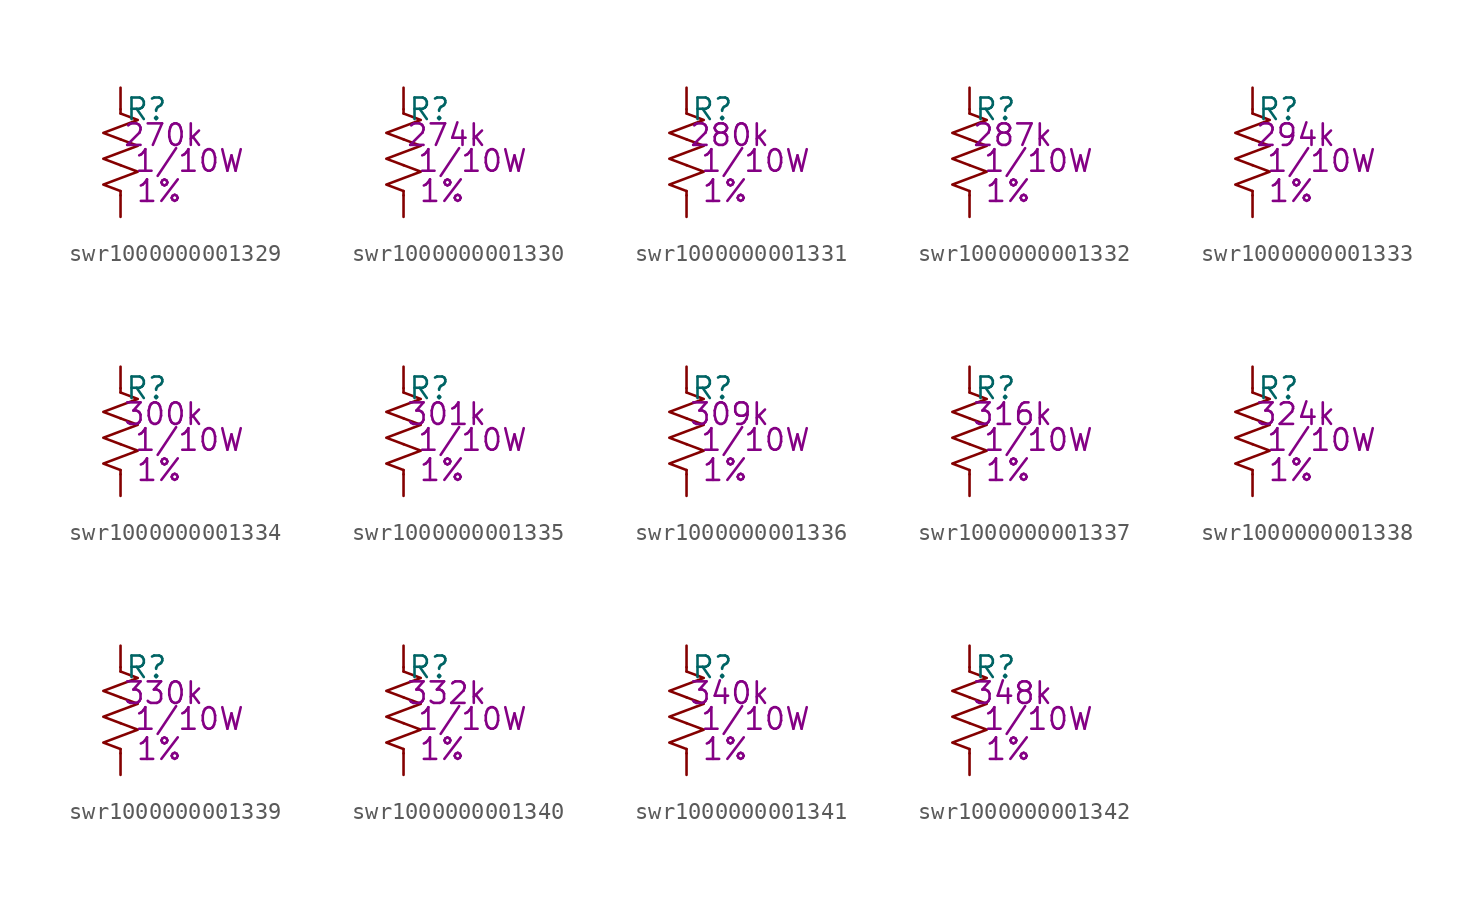
<source format=kicad_sym>
(kicad_symbol_lib
  (version 20211014)
  (generator kicad_symbol_editor)
  (symbol "swr1000000001329"
    (pin_numbers hide)
    (pin_names
      (offset 1.016))
    (property "Reference" "R"
      (at 1.524 2.54 0)
      (effects (font (size 1.27 1.27))))
    (property "PartValue" "270k"
      (at 2.54 1.016 0)
      (effects (font (size 1.27 1.27))))
    (property "Tolerance" "1%"
      (at 2.286 -2.286 0)
      (effects (font (size 1.27 1.27))))
    (property "Wattage" "1/10W"
      (at 4.064 -0.508 0)
      (effects (font (size 1.27 1.27))))
    (symbol "swr1000000001329_1_1"
      (polyline (pts (xy 0 -2.286) (xy 0 -2.54)) (stroke (width 0) (type default) (color 0 0 0 0)) (fill (type none)))
      (polyline (pts (xy 0 2.286) (xy 0 2.54)) (stroke (width 0) (type default) (color 0 0 0 0)) (fill (type none)))
      (polyline (pts (xy 0 -0.762) (xy 1.016 -1.143) (xy 0 -1.524) (xy -1.016 -1.905) (xy 0 -2.286)) (stroke (width 0) (type default) (color 0 0 0 0)) (fill (type none)))
      (polyline (pts (xy 0 0.762) (xy 1.016 0.381) (xy 0 0) (xy -1.016 -0.381) (xy 0 -0.762)) (stroke (width 0) (type default) (color 0 0 0 0)) (fill (type none)))
      (polyline (pts (xy 0 2.286) (xy 1.016 1.905) (xy 0 1.524) (xy -1.016 1.143) (xy 0 0.762)) (stroke (width 0) (type default) (color 0 0 0 0)) (fill (type none)))
      (pin passive line (at 0 3.81 270) (length 1.27) (name "~" (effects (font (size 1.27 1.27)))) (number "1" (effects (font (size 1.27 1.27)))))
      (pin passive line (at 0 -3.81 90) (length 1.27) (name "~" (effects (font (size 1.27 1.27)))) (number "2" (effects (font (size 1.27 1.27)))))))
  (symbol "swr1000000001330"
    (pin_numbers hide)
    (pin_names
      (offset 1.016))
    (property "Reference" "R"
      (at 1.524 2.54 0)
      (effects (font (size 1.27 1.27))))
    (property "PartValue" "274k"
      (at 2.54 1.016 0)
      (effects (font (size 1.27 1.27))))
    (property "Tolerance" "1%"
      (at 2.286 -2.286 0)
      (effects (font (size 1.27 1.27))))
    (property "Wattage" "1/10W"
      (at 4.064 -0.508 0)
      (effects (font (size 1.27 1.27))))
    (symbol "swr1000000001330_1_1"
      (polyline (pts (xy 0 -2.286) (xy 0 -2.54)) (stroke (width 0) (type default) (color 0 0 0 0)) (fill (type none)))
      (polyline (pts (xy 0 2.286) (xy 0 2.54)) (stroke (width 0) (type default) (color 0 0 0 0)) (fill (type none)))
      (polyline (pts (xy 0 -0.762) (xy 1.016 -1.143) (xy 0 -1.524) (xy -1.016 -1.905) (xy 0 -2.286)) (stroke (width 0) (type default) (color 0 0 0 0)) (fill (type none)))
      (polyline (pts (xy 0 0.762) (xy 1.016 0.381) (xy 0 0) (xy -1.016 -0.381) (xy 0 -0.762)) (stroke (width 0) (type default) (color 0 0 0 0)) (fill (type none)))
      (polyline (pts (xy 0 2.286) (xy 1.016 1.905) (xy 0 1.524) (xy -1.016 1.143) (xy 0 0.762)) (stroke (width 0) (type default) (color 0 0 0 0)) (fill (type none)))
      (pin passive line (at 0 3.81 270) (length 1.27) (name "~" (effects (font (size 1.27 1.27)))) (number "1" (effects (font (size 1.27 1.27)))))
      (pin passive line (at 0 -3.81 90) (length 1.27) (name "~" (effects (font (size 1.27 1.27)))) (number "2" (effects (font (size 1.27 1.27)))))))
  (symbol "swr1000000001331"
    (pin_numbers hide)
    (pin_names
      (offset 1.016))
    (property "Reference" "R"
      (at 1.524 2.54 0)
      (effects (font (size 1.27 1.27))))
    (property "PartValue" "280k"
      (at 2.54 1.016 0)
      (effects (font (size 1.27 1.27))))
    (property "Tolerance" "1%"
      (at 2.286 -2.286 0)
      (effects (font (size 1.27 1.27))))
    (property "Wattage" "1/10W"
      (at 4.064 -0.508 0)
      (effects (font (size 1.27 1.27))))
    (symbol "swr1000000001331_1_1"
      (polyline (pts (xy 0 -2.286) (xy 0 -2.54)) (stroke (width 0) (type default) (color 0 0 0 0)) (fill (type none)))
      (polyline (pts (xy 0 2.286) (xy 0 2.54)) (stroke (width 0) (type default) (color 0 0 0 0)) (fill (type none)))
      (polyline (pts (xy 0 -0.762) (xy 1.016 -1.143) (xy 0 -1.524) (xy -1.016 -1.905) (xy 0 -2.286)) (stroke (width 0) (type default) (color 0 0 0 0)) (fill (type none)))
      (polyline (pts (xy 0 0.762) (xy 1.016 0.381) (xy 0 0) (xy -1.016 -0.381) (xy 0 -0.762)) (stroke (width 0) (type default) (color 0 0 0 0)) (fill (type none)))
      (polyline (pts (xy 0 2.286) (xy 1.016 1.905) (xy 0 1.524) (xy -1.016 1.143) (xy 0 0.762)) (stroke (width 0) (type default) (color 0 0 0 0)) (fill (type none)))
      (pin passive line (at 0 3.81 270) (length 1.27) (name "~" (effects (font (size 1.27 1.27)))) (number "1" (effects (font (size 1.27 1.27)))))
      (pin passive line (at 0 -3.81 90) (length 1.27) (name "~" (effects (font (size 1.27 1.27)))) (number "2" (effects (font (size 1.27 1.27)))))))
  (symbol "swr1000000001332"
    (pin_numbers hide)
    (pin_names
      (offset 1.016))
    (property "Reference" "R"
      (at 1.524 2.54 0)
      (effects (font (size 1.27 1.27))))
    (property "PartValue" "287k"
      (at 2.54 1.016 0)
      (effects (font (size 1.27 1.27))))
    (property "Tolerance" "1%"
      (at 2.286 -2.286 0)
      (effects (font (size 1.27 1.27))))
    (property "Wattage" "1/10W"
      (at 4.064 -0.508 0)
      (effects (font (size 1.27 1.27))))
    (symbol "swr1000000001332_1_1"
      (polyline (pts (xy 0 -2.286) (xy 0 -2.54)) (stroke (width 0) (type default) (color 0 0 0 0)) (fill (type none)))
      (polyline (pts (xy 0 2.286) (xy 0 2.54)) (stroke (width 0) (type default) (color 0 0 0 0)) (fill (type none)))
      (polyline (pts (xy 0 -0.762) (xy 1.016 -1.143) (xy 0 -1.524) (xy -1.016 -1.905) (xy 0 -2.286)) (stroke (width 0) (type default) (color 0 0 0 0)) (fill (type none)))
      (polyline (pts (xy 0 0.762) (xy 1.016 0.381) (xy 0 0) (xy -1.016 -0.381) (xy 0 -0.762)) (stroke (width 0) (type default) (color 0 0 0 0)) (fill (type none)))
      (polyline (pts (xy 0 2.286) (xy 1.016 1.905) (xy 0 1.524) (xy -1.016 1.143) (xy 0 0.762)) (stroke (width 0) (type default) (color 0 0 0 0)) (fill (type none)))
      (pin passive line (at 0 3.81 270) (length 1.27) (name "~" (effects (font (size 1.27 1.27)))) (number "1" (effects (font (size 1.27 1.27)))))
      (pin passive line (at 0 -3.81 90) (length 1.27) (name "~" (effects (font (size 1.27 1.27)))) (number "2" (effects (font (size 1.27 1.27)))))))
  (symbol "swr1000000001333"
    (pin_numbers hide)
    (pin_names
      (offset 1.016))
    (property "Reference" "R"
      (at 1.524 2.54 0)
      (effects (font (size 1.27 1.27))))
    (property "PartValue" "294k"
      (at 2.54 1.016 0)
      (effects (font (size 1.27 1.27))))
    (property "Tolerance" "1%"
      (at 2.286 -2.286 0)
      (effects (font (size 1.27 1.27))))
    (property "Wattage" "1/10W"
      (at 4.064 -0.508 0)
      (effects (font (size 1.27 1.27))))
    (symbol "swr1000000001333_1_1"
      (polyline (pts (xy 0 -2.286) (xy 0 -2.54)) (stroke (width 0) (type default) (color 0 0 0 0)) (fill (type none)))
      (polyline (pts (xy 0 2.286) (xy 0 2.54)) (stroke (width 0) (type default) (color 0 0 0 0)) (fill (type none)))
      (polyline (pts (xy 0 -0.762) (xy 1.016 -1.143) (xy 0 -1.524) (xy -1.016 -1.905) (xy 0 -2.286)) (stroke (width 0) (type default) (color 0 0 0 0)) (fill (type none)))
      (polyline (pts (xy 0 0.762) (xy 1.016 0.381) (xy 0 0) (xy -1.016 -0.381) (xy 0 -0.762)) (stroke (width 0) (type default) (color 0 0 0 0)) (fill (type none)))
      (polyline (pts (xy 0 2.286) (xy 1.016 1.905) (xy 0 1.524) (xy -1.016 1.143) (xy 0 0.762)) (stroke (width 0) (type default) (color 0 0 0 0)) (fill (type none)))
      (pin passive line (at 0 3.81 270) (length 1.27) (name "~" (effects (font (size 1.27 1.27)))) (number "1" (effects (font (size 1.27 1.27)))))
      (pin passive line (at 0 -3.81 90) (length 1.27) (name "~" (effects (font (size 1.27 1.27)))) (number "2" (effects (font (size 1.27 1.27)))))))
  (symbol "swr1000000001334"
    (pin_numbers hide)
    (pin_names
      (offset 1.016))
    (property "Reference" "R"
      (at 1.524 2.54 0)
      (effects (font (size 1.27 1.27))))
    (property "PartValue" "300k"
      (at 2.54 1.016 0)
      (effects (font (size 1.27 1.27))))
    (property "Tolerance" "1%"
      (at 2.286 -2.286 0)
      (effects (font (size 1.27 1.27))))
    (property "Wattage" "1/10W"
      (at 4.064 -0.508 0)
      (effects (font (size 1.27 1.27))))
    (symbol "swr1000000001334_1_1"
      (polyline (pts (xy 0 -2.286) (xy 0 -2.54)) (stroke (width 0) (type default) (color 0 0 0 0)) (fill (type none)))
      (polyline (pts (xy 0 2.286) (xy 0 2.54)) (stroke (width 0) (type default) (color 0 0 0 0)) (fill (type none)))
      (polyline (pts (xy 0 -0.762) (xy 1.016 -1.143) (xy 0 -1.524) (xy -1.016 -1.905) (xy 0 -2.286)) (stroke (width 0) (type default) (color 0 0 0 0)) (fill (type none)))
      (polyline (pts (xy 0 0.762) (xy 1.016 0.381) (xy 0 0) (xy -1.016 -0.381) (xy 0 -0.762)) (stroke (width 0) (type default) (color 0 0 0 0)) (fill (type none)))
      (polyline (pts (xy 0 2.286) (xy 1.016 1.905) (xy 0 1.524) (xy -1.016 1.143) (xy 0 0.762)) (stroke (width 0) (type default) (color 0 0 0 0)) (fill (type none)))
      (pin passive line (at 0 3.81 270) (length 1.27) (name "~" (effects (font (size 1.27 1.27)))) (number "1" (effects (font (size 1.27 1.27)))))
      (pin passive line (at 0 -3.81 90) (length 1.27) (name "~" (effects (font (size 1.27 1.27)))) (number "2" (effects (font (size 1.27 1.27)))))))
  (symbol "swr1000000001335"
    (pin_numbers hide)
    (pin_names
      (offset 1.016))
    (property "Reference" "R"
      (at 1.524 2.54 0)
      (effects (font (size 1.27 1.27))))
    (property "PartValue" "301k"
      (at 2.54 1.016 0)
      (effects (font (size 1.27 1.27))))
    (property "Tolerance" "1%"
      (at 2.286 -2.286 0)
      (effects (font (size 1.27 1.27))))
    (property "Wattage" "1/10W"
      (at 4.064 -0.508 0)
      (effects (font (size 1.27 1.27))))
    (symbol "swr1000000001335_1_1"
      (polyline (pts (xy 0 -2.286) (xy 0 -2.54)) (stroke (width 0) (type default) (color 0 0 0 0)) (fill (type none)))
      (polyline (pts (xy 0 2.286) (xy 0 2.54)) (stroke (width 0) (type default) (color 0 0 0 0)) (fill (type none)))
      (polyline (pts (xy 0 -0.762) (xy 1.016 -1.143) (xy 0 -1.524) (xy -1.016 -1.905) (xy 0 -2.286)) (stroke (width 0) (type default) (color 0 0 0 0)) (fill (type none)))
      (polyline (pts (xy 0 0.762) (xy 1.016 0.381) (xy 0 0) (xy -1.016 -0.381) (xy 0 -0.762)) (stroke (width 0) (type default) (color 0 0 0 0)) (fill (type none)))
      (polyline (pts (xy 0 2.286) (xy 1.016 1.905) (xy 0 1.524) (xy -1.016 1.143) (xy 0 0.762)) (stroke (width 0) (type default) (color 0 0 0 0)) (fill (type none)))
      (pin passive line (at 0 3.81 270) (length 1.27) (name "~" (effects (font (size 1.27 1.27)))) (number "1" (effects (font (size 1.27 1.27)))))
      (pin passive line (at 0 -3.81 90) (length 1.27) (name "~" (effects (font (size 1.27 1.27)))) (number "2" (effects (font (size 1.27 1.27)))))))
  (symbol "swr1000000001336"
    (pin_numbers hide)
    (pin_names
      (offset 1.016))
    (property "Reference" "R"
      (at 1.524 2.54 0)
      (effects (font (size 1.27 1.27))))
    (property "PartValue" "309k"
      (at 2.54 1.016 0)
      (effects (font (size 1.27 1.27))))
    (property "Tolerance" "1%"
      (at 2.286 -2.286 0)
      (effects (font (size 1.27 1.27))))
    (property "Wattage" "1/10W"
      (at 4.064 -0.508 0)
      (effects (font (size 1.27 1.27))))
    (symbol "swr1000000001336_1_1"
      (polyline (pts (xy 0 -2.286) (xy 0 -2.54)) (stroke (width 0) (type default) (color 0 0 0 0)) (fill (type none)))
      (polyline (pts (xy 0 2.286) (xy 0 2.54)) (stroke (width 0) (type default) (color 0 0 0 0)) (fill (type none)))
      (polyline (pts (xy 0 -0.762) (xy 1.016 -1.143) (xy 0 -1.524) (xy -1.016 -1.905) (xy 0 -2.286)) (stroke (width 0) (type default) (color 0 0 0 0)) (fill (type none)))
      (polyline (pts (xy 0 0.762) (xy 1.016 0.381) (xy 0 0) (xy -1.016 -0.381) (xy 0 -0.762)) (stroke (width 0) (type default) (color 0 0 0 0)) (fill (type none)))
      (polyline (pts (xy 0 2.286) (xy 1.016 1.905) (xy 0 1.524) (xy -1.016 1.143) (xy 0 0.762)) (stroke (width 0) (type default) (color 0 0 0 0)) (fill (type none)))
      (pin passive line (at 0 3.81 270) (length 1.27) (name "~" (effects (font (size 1.27 1.27)))) (number "1" (effects (font (size 1.27 1.27)))))
      (pin passive line (at 0 -3.81 90) (length 1.27) (name "~" (effects (font (size 1.27 1.27)))) (number "2" (effects (font (size 1.27 1.27)))))))
  (symbol "swr1000000001337"
    (pin_numbers hide)
    (pin_names
      (offset 1.016))
    (property "Reference" "R"
      (at 1.524 2.54 0)
      (effects (font (size 1.27 1.27))))
    (property "PartValue" "316k"
      (at 2.54 1.016 0)
      (effects (font (size 1.27 1.27))))
    (property "Tolerance" "1%"
      (at 2.286 -2.286 0)
      (effects (font (size 1.27 1.27))))
    (property "Wattage" "1/10W"
      (at 4.064 -0.508 0)
      (effects (font (size 1.27 1.27))))
    (symbol "swr1000000001337_1_1"
      (polyline (pts (xy 0 -2.286) (xy 0 -2.54)) (stroke (width 0) (type default) (color 0 0 0 0)) (fill (type none)))
      (polyline (pts (xy 0 2.286) (xy 0 2.54)) (stroke (width 0) (type default) (color 0 0 0 0)) (fill (type none)))
      (polyline (pts (xy 0 -0.762) (xy 1.016 -1.143) (xy 0 -1.524) (xy -1.016 -1.905) (xy 0 -2.286)) (stroke (width 0) (type default) (color 0 0 0 0)) (fill (type none)))
      (polyline (pts (xy 0 0.762) (xy 1.016 0.381) (xy 0 0) (xy -1.016 -0.381) (xy 0 -0.762)) (stroke (width 0) (type default) (color 0 0 0 0)) (fill (type none)))
      (polyline (pts (xy 0 2.286) (xy 1.016 1.905) (xy 0 1.524) (xy -1.016 1.143) (xy 0 0.762)) (stroke (width 0) (type default) (color 0 0 0 0)) (fill (type none)))
      (pin passive line (at 0 3.81 270) (length 1.27) (name "~" (effects (font (size 1.27 1.27)))) (number "1" (effects (font (size 1.27 1.27)))))
      (pin passive line (at 0 -3.81 90) (length 1.27) (name "~" (effects (font (size 1.27 1.27)))) (number "2" (effects (font (size 1.27 1.27)))))))
  (symbol "swr1000000001338"
    (pin_numbers hide)
    (pin_names
      (offset 1.016))
    (property "Reference" "R"
      (at 1.524 2.54 0)
      (effects (font (size 1.27 1.27))))
    (property "PartValue" "324k"
      (at 2.54 1.016 0)
      (effects (font (size 1.27 1.27))))
    (property "Tolerance" "1%"
      (at 2.286 -2.286 0)
      (effects (font (size 1.27 1.27))))
    (property "Wattage" "1/10W"
      (at 4.064 -0.508 0)
      (effects (font (size 1.27 1.27))))
    (symbol "swr1000000001338_1_1"
      (polyline (pts (xy 0 -2.286) (xy 0 -2.54)) (stroke (width 0) (type default) (color 0 0 0 0)) (fill (type none)))
      (polyline (pts (xy 0 2.286) (xy 0 2.54)) (stroke (width 0) (type default) (color 0 0 0 0)) (fill (type none)))
      (polyline (pts (xy 0 -0.762) (xy 1.016 -1.143) (xy 0 -1.524) (xy -1.016 -1.905) (xy 0 -2.286)) (stroke (width 0) (type default) (color 0 0 0 0)) (fill (type none)))
      (polyline (pts (xy 0 0.762) (xy 1.016 0.381) (xy 0 0) (xy -1.016 -0.381) (xy 0 -0.762)) (stroke (width 0) (type default) (color 0 0 0 0)) (fill (type none)))
      (polyline (pts (xy 0 2.286) (xy 1.016 1.905) (xy 0 1.524) (xy -1.016 1.143) (xy 0 0.762)) (stroke (width 0) (type default) (color 0 0 0 0)) (fill (type none)))
      (pin passive line (at 0 3.81 270) (length 1.27) (name "~" (effects (font (size 1.27 1.27)))) (number "1" (effects (font (size 1.27 1.27)))))
      (pin passive line (at 0 -3.81 90) (length 1.27) (name "~" (effects (font (size 1.27 1.27)))) (number "2" (effects (font (size 1.27 1.27)))))))
  (symbol "swr1000000001339"
    (pin_numbers hide)
    (pin_names
      (offset 1.016))
    (property "Reference" "R"
      (at 1.524 2.54 0)
      (effects (font (size 1.27 1.27))))
    (property "PartValue" "330k"
      (at 2.54 1.016 0)
      (effects (font (size 1.27 1.27))))
    (property "Tolerance" "1%"
      (at 2.286 -2.286 0)
      (effects (font (size 1.27 1.27))))
    (property "Wattage" "1/10W"
      (at 4.064 -0.508 0)
      (effects (font (size 1.27 1.27))))
    (symbol "swr1000000001339_1_1"
      (polyline (pts (xy 0 -2.286) (xy 0 -2.54)) (stroke (width 0) (type default) (color 0 0 0 0)) (fill (type none)))
      (polyline (pts (xy 0 2.286) (xy 0 2.54)) (stroke (width 0) (type default) (color 0 0 0 0)) (fill (type none)))
      (polyline (pts (xy 0 -0.762) (xy 1.016 -1.143) (xy 0 -1.524) (xy -1.016 -1.905) (xy 0 -2.286)) (stroke (width 0) (type default) (color 0 0 0 0)) (fill (type none)))
      (polyline (pts (xy 0 0.762) (xy 1.016 0.381) (xy 0 0) (xy -1.016 -0.381) (xy 0 -0.762)) (stroke (width 0) (type default) (color 0 0 0 0)) (fill (type none)))
      (polyline (pts (xy 0 2.286) (xy 1.016 1.905) (xy 0 1.524) (xy -1.016 1.143) (xy 0 0.762)) (stroke (width 0) (type default) (color 0 0 0 0)) (fill (type none)))
      (pin passive line (at 0 3.81 270) (length 1.27) (name "~" (effects (font (size 1.27 1.27)))) (number "1" (effects (font (size 1.27 1.27)))))
      (pin passive line (at 0 -3.81 90) (length 1.27) (name "~" (effects (font (size 1.27 1.27)))) (number "2" (effects (font (size 1.27 1.27)))))))
  (symbol "swr1000000001340"
    (pin_numbers hide)
    (pin_names
      (offset 1.016))
    (property "Reference" "R"
      (at 1.524 2.54 0)
      (effects (font (size 1.27 1.27))))
    (property "PartValue" "332k"
      (at 2.54 1.016 0)
      (effects (font (size 1.27 1.27))))
    (property "Tolerance" "1%"
      (at 2.286 -2.286 0)
      (effects (font (size 1.27 1.27))))
    (property "Wattage" "1/10W"
      (at 4.064 -0.508 0)
      (effects (font (size 1.27 1.27))))
    (symbol "swr1000000001340_1_1"
      (polyline (pts (xy 0 -2.286) (xy 0 -2.54)) (stroke (width 0) (type default) (color 0 0 0 0)) (fill (type none)))
      (polyline (pts (xy 0 2.286) (xy 0 2.54)) (stroke (width 0) (type default) (color 0 0 0 0)) (fill (type none)))
      (polyline (pts (xy 0 -0.762) (xy 1.016 -1.143) (xy 0 -1.524) (xy -1.016 -1.905) (xy 0 -2.286)) (stroke (width 0) (type default) (color 0 0 0 0)) (fill (type none)))
      (polyline (pts (xy 0 0.762) (xy 1.016 0.381) (xy 0 0) (xy -1.016 -0.381) (xy 0 -0.762)) (stroke (width 0) (type default) (color 0 0 0 0)) (fill (type none)))
      (polyline (pts (xy 0 2.286) (xy 1.016 1.905) (xy 0 1.524) (xy -1.016 1.143) (xy 0 0.762)) (stroke (width 0) (type default) (color 0 0 0 0)) (fill (type none)))
      (pin passive line (at 0 3.81 270) (length 1.27) (name "~" (effects (font (size 1.27 1.27)))) (number "1" (effects (font (size 1.27 1.27)))))
      (pin passive line (at 0 -3.81 90) (length 1.27) (name "~" (effects (font (size 1.27 1.27)))) (number "2" (effects (font (size 1.27 1.27)))))))
  (symbol "swr1000000001341"
    (pin_numbers hide)
    (pin_names
      (offset 1.016))
    (property "Reference" "R"
      (at 1.524 2.54 0)
      (effects (font (size 1.27 1.27))))
    (property "PartValue" "340k"
      (at 2.54 1.016 0)
      (effects (font (size 1.27 1.27))))
    (property "Tolerance" "1%"
      (at 2.286 -2.286 0)
      (effects (font (size 1.27 1.27))))
    (property "Wattage" "1/10W"
      (at 4.064 -0.508 0)
      (effects (font (size 1.27 1.27))))
    (symbol "swr1000000001341_1_1"
      (polyline (pts (xy 0 -2.286) (xy 0 -2.54)) (stroke (width 0) (type default) (color 0 0 0 0)) (fill (type none)))
      (polyline (pts (xy 0 2.286) (xy 0 2.54)) (stroke (width 0) (type default) (color 0 0 0 0)) (fill (type none)))
      (polyline (pts (xy 0 -0.762) (xy 1.016 -1.143) (xy 0 -1.524) (xy -1.016 -1.905) (xy 0 -2.286)) (stroke (width 0) (type default) (color 0 0 0 0)) (fill (type none)))
      (polyline (pts (xy 0 0.762) (xy 1.016 0.381) (xy 0 0) (xy -1.016 -0.381) (xy 0 -0.762)) (stroke (width 0) (type default) (color 0 0 0 0)) (fill (type none)))
      (polyline (pts (xy 0 2.286) (xy 1.016 1.905) (xy 0 1.524) (xy -1.016 1.143) (xy 0 0.762)) (stroke (width 0) (type default) (color 0 0 0 0)) (fill (type none)))
      (pin passive line (at 0 3.81 270) (length 1.27) (name "~" (effects (font (size 1.27 1.27)))) (number "1" (effects (font (size 1.27 1.27)))))
      (pin passive line (at 0 -3.81 90) (length 1.27) (name "~" (effects (font (size 1.27 1.27)))) (number "2" (effects (font (size 1.27 1.27)))))))
  (symbol "swr1000000001342"
    (pin_numbers hide)
    (pin_names
      (offset 1.016))
    (property "Reference" "R"
      (at 1.524 2.54 0)
      (effects (font (size 1.27 1.27))))
    (property "PartValue" "348k"
      (at 2.54 1.016 0)
      (effects (font (size 1.27 1.27))))
    (property "Tolerance" "1%"
      (at 2.286 -2.286 0)
      (effects (font (size 1.27 1.27))))
    (property "Wattage" "1/10W"
      (at 4.064 -0.508 0)
      (effects (font (size 1.27 1.27))))
    (symbol "swr1000000001342_1_1"
      (polyline (pts (xy 0 -2.286) (xy 0 -2.54)) (stroke (width 0) (type default) (color 0 0 0 0)) (fill (type none)))
      (polyline (pts (xy 0 2.286) (xy 0 2.54)) (stroke (width 0) (type default) (color 0 0 0 0)) (fill (type none)))
      (polyline (pts (xy 0 -0.762) (xy 1.016 -1.143) (xy 0 -1.524) (xy -1.016 -1.905) (xy 0 -2.286)) (stroke (width 0) (type default) (color 0 0 0 0)) (fill (type none)))
      (polyline (pts (xy 0 0.762) (xy 1.016 0.381) (xy 0 0) (xy -1.016 -0.381) (xy 0 -0.762)) (stroke (width 0) (type default) (color 0 0 0 0)) (fill (type none)))
      (polyline (pts (xy 0 2.286) (xy 1.016 1.905) (xy 0 1.524) (xy -1.016 1.143) (xy 0 0.762)) (stroke (width 0) (type default) (color 0 0 0 0)) (fill (type none)))
      (pin passive line (at 0 3.81 270) (length 1.27) (name "~" (effects (font (size 1.27 1.27)))) (number "1" (effects (font (size 1.27 1.27)))))
      (pin passive line (at 0 -3.81 90) (length 1.27) (name "~" (effects (font (size 1.27 1.27)))) (number "2" (effects (font (size 1.27 1.27))))))))
</source>
